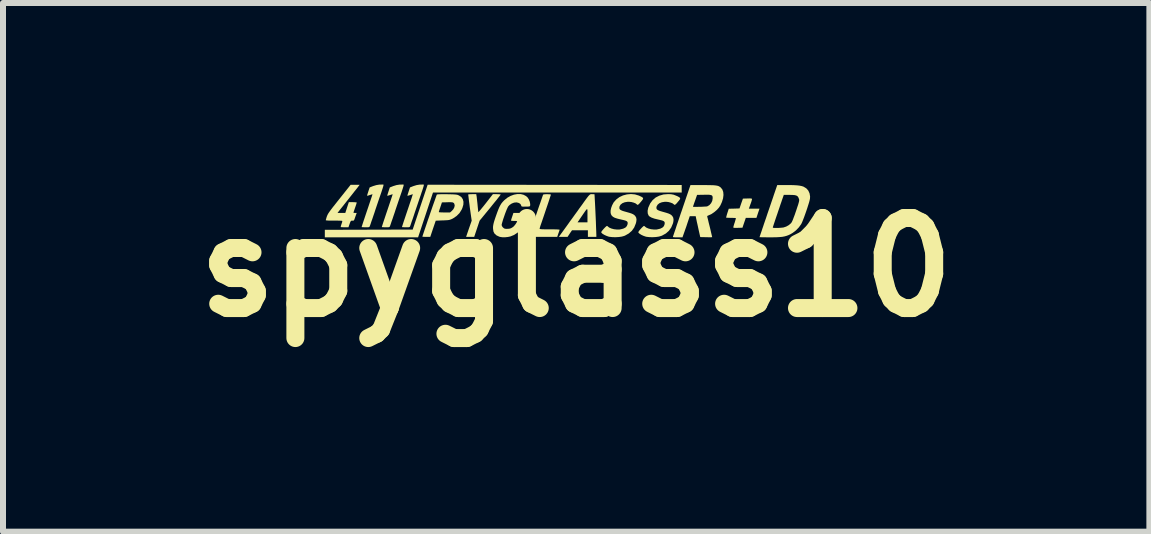
<source format=kicad_pcb>
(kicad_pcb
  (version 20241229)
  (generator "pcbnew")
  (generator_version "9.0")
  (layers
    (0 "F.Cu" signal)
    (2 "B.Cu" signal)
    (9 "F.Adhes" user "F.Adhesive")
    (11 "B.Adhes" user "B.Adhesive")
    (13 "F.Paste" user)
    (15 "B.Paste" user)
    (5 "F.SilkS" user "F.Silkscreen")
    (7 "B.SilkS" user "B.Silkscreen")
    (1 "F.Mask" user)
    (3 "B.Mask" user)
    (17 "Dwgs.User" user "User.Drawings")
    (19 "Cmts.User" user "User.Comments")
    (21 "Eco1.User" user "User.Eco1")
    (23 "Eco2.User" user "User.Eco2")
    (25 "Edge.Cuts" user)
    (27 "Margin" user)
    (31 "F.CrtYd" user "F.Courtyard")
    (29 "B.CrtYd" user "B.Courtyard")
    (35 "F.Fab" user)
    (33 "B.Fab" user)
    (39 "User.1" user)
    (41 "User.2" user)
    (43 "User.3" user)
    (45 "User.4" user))
  (footprint "spyglass10"
    (layer "F.Cu")
    (at 6.55 1.404)
    (property "Reference" "spyglass10" (at 0 0 0) (layer "F.SilkS") (effects (font (size 1.5 1.5) (thickness 0.3))))
    (attr board_only exclude_from_pos_files exclude_from_bom)
    (fp_poly (pts (xy -0.359 -1.374) (xy 1.758 -1.372) (xy 1.758 -1.309) (xy 1.758 -1.246) (xy -0.314 -1.246) (xy -2.386 -1.246) (xy -2.51 -0.873) (xy -2.634 -0.5) (xy -3.411 -0.5) (xy -4.188 -0.5) (xy -4.188 -0.562) (xy -4.188 -0.625) (xy -3.456 -0.627) (xy -2.724 -0.629) (xy -2.6 -1.003) (xy -2.475 -1.376)) (stroke (width 0) (type solid)) (fill yes) (layer "F.SilkS"))
    (fp_poly (pts (xy -1.661 -1.193) (xy -1.658 -1.177) (xy -1.655 -1.148) (xy -1.651 -1.111) (xy -1.646 -1.068) (xy -1.644 -1.047) (xy -1.64 -1.005) (xy -1.636 -0.968) (xy -1.633 -0.94) (xy -1.631 -0.923) (xy -1.63 -0.919) (xy -1.625 -0.923) (xy -1.612 -0.938) (xy -1.591 -0.962) (xy -1.566 -0.993) (xy -1.535 -1.031) (xy -1.508 -1.065) (xy -1.388 -1.219) (xy -1.323 -1.219) (xy -1.293 -1.218) (xy -1.271 -1.216) (xy -1.259 -1.214) (xy -1.258 -1.212) (xy -1.263 -1.205) (xy -1.276 -1.187) (xy -1.298 -1.16) (xy -1.325 -1.125) (xy -1.359 -1.084) (xy -1.397 -1.037) (xy -1.433 -0.992) (xy -1.609 -0.778) (xy -1.654 -0.643) (xy -1.699 -0.508) (xy -1.767 -0.508) (xy -1.834 -0.508) (xy -1.788 -0.643) (xy -1.741 -0.777) (xy -1.772 -0.994) (xy -1.779 -1.051) (xy -1.786 -1.102) (xy -1.791 -1.146) (xy -1.795 -1.181) (xy -1.798 -1.204) (xy -1.798 -1.215) (xy -1.798 -1.215) (xy -1.789 -1.217) (xy -1.768 -1.218) (xy -1.74 -1.219) (xy -1.73 -1.219) (xy -1.665 -1.219)) (stroke (width 0) (type solid)) (fill yes) (layer "F.SilkS"))
    (fp_poly (pts (xy 2.912 -1.147) (xy 2.925 -1.144) (xy 2.929 -1.14) (xy 2.93 -1.137) (xy 2.927 -1.125) (xy 2.921 -1.102) (xy 2.911 -1.072) (xy 2.903 -1.051) (xy 2.877 -0.977) (xy 2.965 -0.977) (xy 3.054 -0.977) (xy 3.028 -0.9) (xy 3.003 -0.824) (xy 2.914 -0.824) (xy 2.826 -0.824) (xy 2.798 -0.742) (xy 2.77 -0.66) (xy 2.694 -0.658) (xy 2.657 -0.657) (xy 2.634 -0.658) (xy 2.621 -0.661) (xy 2.617 -0.666) (xy 2.617 -0.666) (xy 2.62 -0.678) (xy 2.626 -0.7) (xy 2.635 -0.73) (xy 2.641 -0.746) (xy 2.65 -0.777) (xy 2.657 -0.801) (xy 2.66 -0.817) (xy 2.66 -0.82) (xy 2.65 -0.822) (xy 2.629 -0.823) (xy 2.599 -0.824) (xy 2.578 -0.824) (xy 2.545 -0.825) (xy 2.518 -0.826) (xy 2.502 -0.827) (xy 2.498 -0.829) (xy 2.5 -0.837) (xy 2.505 -0.858) (xy 2.513 -0.886) (xy 2.519 -0.905) (xy 2.542 -0.976) (xy 2.632 -0.978) (xy 2.721 -0.981) (xy 2.749 -1.063) (xy 2.778 -1.145) (xy 2.854 -1.147) (xy 2.889 -1.148)) (stroke (width 0) (type solid)) (fill yes) (layer "F.SilkS"))
    (fp_poly (pts (xy -3.22 -1.379) (xy -3.21 -1.378) (xy -3.21 -1.378) (xy -3.21 -1.37) (xy -3.215 -1.349) (xy -3.224 -1.319) (xy -3.236 -1.282) (xy -3.247 -1.248) (xy -3.262 -1.205) (xy -3.281 -1.15) (xy -3.302 -1.088) (xy -3.324 -1.023) (xy -3.346 -0.958) (xy -3.36 -0.914) (xy -3.379 -0.859) (xy -3.396 -0.808) (xy -3.412 -0.764) (xy -3.424 -0.727) (xy -3.433 -0.701) (xy -3.438 -0.688) (xy -3.438 -0.687) (xy -3.443 -0.677) (xy -3.45 -0.671) (xy -3.463 -0.668) (xy -3.486 -0.668) (xy -3.509 -0.668) (xy -3.539 -0.668) (xy -3.561 -0.669) (xy -3.573 -0.67) (xy -3.574 -0.671) (xy -3.573 -0.678) (xy -3.566 -0.699) (xy -3.556 -0.731) (xy -3.542 -0.774) (xy -3.525 -0.824) (xy -3.506 -0.881) (xy -3.485 -0.943) (xy -3.484 -0.946) (xy -3.463 -1.008) (xy -3.444 -1.065) (xy -3.427 -1.115) (xy -3.413 -1.157) (xy -3.402 -1.19) (xy -3.396 -1.211) (xy -3.394 -1.219) (xy -3.394 -1.219) (xy -3.402 -1.216) (xy -3.42 -1.21) (xy -3.44 -1.204) (xy -3.464 -1.196) (xy -3.48 -1.193) (xy -3.485 -1.194) (xy -3.482 -1.204) (xy -3.476 -1.224) (xy -3.467 -1.252) (xy -3.463 -1.265) (xy -3.441 -1.331) (xy -3.383 -1.354) (xy -3.33 -1.37) (xy -3.281 -1.378) (xy -3.27 -1.378) (xy -3.242 -1.379)) (stroke (width 0) (type solid)) (fill yes) (layer "F.SilkS"))
    (fp_poly (pts (xy -2.884 -1.379) (xy -2.874 -1.378) (xy -2.874 -1.378) (xy -2.874 -1.37) (xy -2.879 -1.349) (xy -2.888 -1.319) (xy -2.9 -1.282) (xy -2.911 -1.248) (xy -2.926 -1.205) (xy -2.945 -1.15) (xy -2.966 -1.088) (xy -2.988 -1.023) (xy -3.01 -0.958) (xy -3.024 -0.914) (xy -3.043 -0.859) (xy -3.06 -0.808) (xy -3.076 -0.764) (xy -3.088 -0.727) (xy -3.097 -0.701) (xy -3.102 -0.688) (xy -3.102 -0.687) (xy -3.107 -0.677) (xy -3.114 -0.671) (xy -3.127 -0.668) (xy -3.15 -0.668) (xy -3.173 -0.668) (xy -3.203 -0.668) (xy -3.225 -0.669) (xy -3.237 -0.67) (xy -3.238 -0.671) (xy -3.237 -0.678) (xy -3.23 -0.699) (xy -3.22 -0.731) (xy -3.206 -0.774) (xy -3.189 -0.824) (xy -3.17 -0.881) (xy -3.149 -0.943) (xy -3.148 -0.946) (xy -3.127 -1.008) (xy -3.108 -1.065) (xy -3.091 -1.115) (xy -3.077 -1.157) (xy -3.066 -1.19) (xy -3.06 -1.211) (xy -3.058 -1.219) (xy -3.058 -1.219) (xy -3.066 -1.216) (xy -3.084 -1.21) (xy -3.104 -1.204) (xy -3.128 -1.196) (xy -3.144 -1.193) (xy -3.149 -1.194) (xy -3.146 -1.204) (xy -3.14 -1.224) (xy -3.131 -1.252) (xy -3.127 -1.265) (xy -3.105 -1.331) (xy -3.047 -1.354) (xy -2.995 -1.37) (xy -2.945 -1.378) (xy -2.934 -1.378) (xy -2.906 -1.379)) (stroke (width 0) (type solid)) (fill yes) (layer "F.SilkS"))
    (fp_poly (pts (xy -2.548 -1.379) (xy -2.538 -1.378) (xy -2.538 -1.378) (xy -2.538 -1.37) (xy -2.543 -1.349) (xy -2.552 -1.319) (xy -2.564 -1.282) (xy -2.576 -1.248) (xy -2.59 -1.205) (xy -2.609 -1.15) (xy -2.63 -1.088) (xy -2.652 -1.023) (xy -2.674 -0.958) (xy -2.689 -0.914) (xy -2.707 -0.859) (xy -2.724 -0.808) (xy -2.74 -0.764) (xy -2.752 -0.727) (xy -2.761 -0.701) (xy -2.766 -0.688) (xy -2.766 -0.687) (xy -2.771 -0.677) (xy -2.778 -0.671) (xy -2.791 -0.668) (xy -2.814 -0.668) (xy -2.837 -0.668) (xy -2.867 -0.668) (xy -2.889 -0.669) (xy -2.901 -0.67) (xy -2.902 -0.671) (xy -2.901 -0.678) (xy -2.894 -0.699) (xy -2.884 -0.731) (xy -2.87 -0.774) (xy -2.853 -0.824) (xy -2.834 -0.881) (xy -2.813 -0.943) (xy -2.812 -0.946) (xy -2.791 -1.008) (xy -2.772 -1.065) (xy -2.755 -1.115) (xy -2.741 -1.157) (xy -2.731 -1.19) (xy -2.724 -1.211) (xy -2.722 -1.219) (xy -2.722 -1.219) (xy -2.73 -1.216) (xy -2.748 -1.21) (xy -2.768 -1.204) (xy -2.792 -1.196) (xy -2.808 -1.193) (xy -2.813 -1.194) (xy -2.81 -1.204) (xy -2.804 -1.224) (xy -2.795 -1.252) (xy -2.791 -1.265) (xy -2.769 -1.331) (xy -2.711 -1.354) (xy -2.659 -1.37) (xy -2.609 -1.378) (xy -2.598 -1.378) (xy -2.57 -1.379)) (stroke (width 0) (type solid)) (fill yes) (layer "F.SilkS"))
    (fp_poly (pts (xy 0.26 -1.219) (xy 0.266 -1.219) (xy 0.288 -1.218) (xy 0.302 -1.218) (xy 0.305 -1.217) (xy 0.306 -1.2) (xy 0.308 -1.17) (xy 0.31 -1.128) (xy 0.313 -1.077) (xy 0.316 -1.019) (xy 0.319 -0.956) (xy 0.322 -0.891) (xy 0.325 -0.825) (xy 0.328 -0.761) (xy 0.33 -0.7) (xy 0.332 -0.645) (xy 0.334 -0.599) (xy 0.335 -0.562) (xy 0.336 -0.538) (xy 0.336 -0.535) (xy 0.336 -0.508) (xy 0.266 -0.508) (xy 0.195 -0.508) (xy 0.195 -0.563) (xy 0.195 -0.617) (xy 0.063 -0.617) (xy -0.07 -0.617) (xy -0.107 -0.563) (xy -0.143 -0.508) (xy -0.216 -0.508) (xy -0.289 -0.508) (xy -0.186 -0.65) (xy -0.152 -0.697) (xy -0.114 -0.75) (xy 0.023 -0.75) (xy 0.105 -0.75) (xy 0.188 -0.75) (xy 0.188 -0.868) (xy 0.188 -0.91) (xy 0.188 -0.941) (xy 0.186 -0.961) (xy 0.182 -0.97) (xy 0.175 -0.967) (xy 0.162 -0.952) (xy 0.143 -0.926) (xy 0.117 -0.888) (xy 0.091 -0.85) (xy 0.023 -0.75) (xy -0.114 -0.75) (xy -0.112 -0.754) (xy -0.067 -0.815) (xy -0.022 -0.878) (xy 0.022 -0.938) (xy 0.049 -0.977) (xy 0.094 -1.038) (xy 0.13 -1.089) (xy 0.159 -1.129) (xy 0.182 -1.16) (xy 0.2 -1.183) (xy 0.214 -1.199) (xy 0.225 -1.209) (xy 0.234 -1.216) (xy 0.242 -1.218) (xy 0.25 -1.219)) (stroke (width 0) (type solid)) (fill yes) (layer "F.SilkS"))
    (fp_poly (pts (xy -0.469 -1.218) (xy -0.444 -1.217) (xy -0.427 -1.215) (xy -0.422 -1.211) (xy -0.424 -1.202) (xy -0.431 -1.181) (xy -0.442 -1.148) (xy -0.455 -1.107) (xy -0.471 -1.059) (xy -0.489 -1.006) (xy -0.508 -0.95) (xy -0.527 -0.893) (xy -0.546 -0.837) (xy -0.564 -0.784) (xy -0.58 -0.737) (xy -0.585 -0.723) (xy -0.596 -0.692) (xy -0.604 -0.665) (xy -0.609 -0.648) (xy -0.609 -0.643) (xy -0.607 -0.64) (xy -0.597 -0.637) (xy -0.579 -0.635) (xy -0.551 -0.634) (xy -0.512 -0.633) (xy -0.459 -0.633) (xy -0.441 -0.633) (xy -0.383 -0.633) (xy -0.34 -0.632) (xy -0.309 -0.631) (xy -0.289 -0.629) (xy -0.278 -0.627) (xy -0.276 -0.623) (xy -0.276 -0.623) (xy -0.281 -0.611) (xy -0.288 -0.589) (xy -0.298 -0.562) (xy -0.298 -0.561) (xy -0.316 -0.508) (xy -0.552 -0.508) (xy -0.611 -0.508) (xy -0.665 -0.508) (xy -0.711 -0.509) (xy -0.749 -0.51) (xy -0.775 -0.511) (xy -0.788 -0.512) (xy -0.789 -0.512) (xy -0.787 -0.52) (xy -0.78 -0.542) (xy -0.769 -0.574) (xy -0.755 -0.616) (xy -0.738 -0.666) (xy -0.719 -0.721) (xy -0.699 -0.781) (xy -0.678 -0.843) (xy -0.657 -0.905) (xy -0.636 -0.967) (xy -0.616 -1.025) (xy -0.597 -1.078) (xy -0.581 -1.125) (xy -0.568 -1.163) (xy -0.558 -1.192) (xy -0.552 -1.208) (xy -0.551 -1.211) (xy -0.541 -1.215) (xy -0.522 -1.217) (xy -0.496 -1.219)) (stroke (width 0) (type solid)) (fill yes) (layer "F.SilkS"))
    (fp_poly (pts (xy -3.63 -1.346) (xy -3.642 -1.33) (xy -3.663 -1.303) (xy -3.694 -1.265) (xy -3.732 -1.216) (xy -3.778 -1.158) (xy -3.831 -1.091) (xy -3.891 -1.015) (xy -3.936 -0.959) (xy -3.977 -0.906) (xy -3.912 -0.906) (xy -3.847 -0.906) (xy -3.818 -0.996) (xy -3.788 -1.086) (xy -3.722 -1.086) (xy -3.692 -1.085) (xy -3.67 -1.083) (xy -3.658 -1.081) (xy -3.656 -1.079) (xy -3.659 -1.07) (xy -3.665 -1.049) (xy -3.675 -1.019) (xy -3.684 -0.993) (xy -3.695 -0.961) (xy -3.704 -0.934) (xy -3.71 -0.916) (xy -3.711 -0.91) (xy -3.704 -0.908) (xy -3.687 -0.906) (xy -3.684 -0.906) (xy -3.657 -0.906) (xy -3.676 -0.854) (xy -3.688 -0.819) (xy -3.696 -0.796) (xy -3.703 -0.784) (xy -3.71 -0.778) (xy -3.718 -0.777) (xy -3.727 -0.777) (xy -3.741 -0.778) (xy -3.751 -0.774) (xy -3.76 -0.763) (xy -3.768 -0.743) (xy -3.778 -0.715) (xy -3.794 -0.668) (xy -3.854 -0.668) (xy -3.883 -0.668) (xy -3.907 -0.669) (xy -3.92 -0.67) (xy -3.921 -0.67) (xy -3.923 -0.679) (xy -3.918 -0.698) (xy -3.91 -0.722) (xy -3.9 -0.751) (xy -3.897 -0.768) (xy -3.901 -0.775) (xy -3.901 -0.775) (xy -3.912 -0.776) (xy -3.935 -0.777) (xy -3.969 -0.778) (xy -4.009 -0.778) (xy -4.041 -0.778) (xy -4.089 -0.778) (xy -4.127 -0.779) (xy -4.155 -0.781) (xy -4.17 -0.783) (xy -4.172 -0.785) (xy -4.17 -0.795) (xy -4.164 -0.816) (xy -4.156 -0.843) (xy -4.155 -0.845) (xy -4.15 -0.859) (xy -4.143 -0.874) (xy -4.135 -0.89) (xy -4.122 -0.91) (xy -4.106 -0.933) (xy -4.084 -0.963) (xy -4.056 -1) (xy -4.02 -1.045) (xy -3.976 -1.101) (xy -3.948 -1.136) (xy -3.758 -1.375) (xy -3.683 -1.375) (xy -3.608 -1.375)) (stroke (width 0) (type solid)) (fill yes) (layer "F.SilkS"))
    (fp_poly (pts (xy -2.165 -1.218) (xy -2.151 -1.218) (xy -2.096 -1.217) (xy -2.055 -1.216) (xy -2.024 -1.214) (xy -2.001 -1.212) (xy -1.984 -1.209) (xy -1.97 -1.205) (xy -1.957 -1.199) (xy -1.949 -1.195) (xy -1.912 -1.169) (xy -1.889 -1.134) (xy -1.878 -1.092) (xy -1.88 -1.044) (xy -1.896 -0.989) (xy -1.908 -0.962) (xy -1.944 -0.904) (xy -1.993 -0.855) (xy -2.052 -0.815) (xy -2.06 -0.811) (xy -2.081 -0.801) (xy -2.1 -0.794) (xy -2.118 -0.789) (xy -2.141 -0.786) (xy -2.172 -0.784) (xy -2.213 -0.782) (xy -2.226 -0.782) (xy -2.34 -0.777) (xy -2.386 -0.643) (xy -2.431 -0.508) (xy -2.497 -0.508) (xy -2.527 -0.508) (xy -2.55 -0.509) (xy -2.562 -0.511) (xy -2.563 -0.512) (xy -2.56 -0.521) (xy -2.553 -0.543) (xy -2.542 -0.576) (xy -2.528 -0.618) (xy -2.511 -0.668) (xy -2.492 -0.724) (xy -2.472 -0.784) (xy -2.45 -0.846) (xy -2.429 -0.909) (xy -2.425 -0.92) (xy -2.289 -0.92) (xy -2.282 -0.918) (xy -2.262 -0.916) (xy -2.232 -0.915) (xy -2.196 -0.914) (xy -2.196 -0.914) (xy -2.102 -0.914) (xy -2.073 -0.939) (xy -2.046 -0.969) (xy -2.03 -1.001) (xy -2.024 -1.032) (xy -2.031 -1.059) (xy -2.039 -1.071) (xy -2.048 -1.077) (xy -2.058 -1.082) (xy -2.074 -1.084) (xy -2.098 -1.085) (xy -2.133 -1.085) (xy -2.146 -1.084) (xy -2.237 -1.082) (xy -2.263 -1.004) (xy -2.274 -0.972) (xy -2.283 -0.944) (xy -2.288 -0.926) (xy -2.289 -0.92) (xy -2.425 -0.92) (xy -2.408 -0.97) (xy -2.388 -1.028) (xy -2.369 -1.081) (xy -2.352 -1.128) (xy -2.339 -1.166) (xy -2.329 -1.194) (xy -2.323 -1.21) (xy -2.321 -1.213) (xy -2.312 -1.215) (xy -2.289 -1.217) (xy -2.255 -1.218) (xy -2.213 -1.218)) (stroke (width 0) (type solid)) (fill yes) (layer "F.SilkS"))
    (fp_poly (pts (xy 1.581 -1.218) (xy 1.624 -1.21) (xy 1.667 -1.193) (xy 1.684 -1.186) (xy 1.712 -1.171) (xy 1.728 -1.159) (xy 1.733 -1.147) (xy 1.726 -1.13) (xy 1.708 -1.107) (xy 1.697 -1.094) (xy 1.673 -1.065) (xy 1.655 -1.048) (xy 1.643 -1.041) (xy 1.634 -1.043) (xy 1.625 -1.051) (xy 1.605 -1.066) (xy 1.574 -1.078) (xy 1.537 -1.088) (xy 1.499 -1.092) (xy 1.477 -1.092) (xy 1.427 -1.084) (xy 1.386 -1.068) (xy 1.357 -1.044) (xy 1.34 -1.015) (xy 1.336 -0.992) (xy 1.339 -0.976) (xy 1.348 -0.962) (xy 1.366 -0.951) (xy 1.395 -0.939) (xy 1.436 -0.927) (xy 1.45 -0.923) (xy 1.5 -0.909) (xy 1.537 -0.897) (xy 1.564 -0.885) (xy 1.584 -0.872) (xy 1.599 -0.857) (xy 1.601 -0.855) (xy 1.617 -0.827) (xy 1.622 -0.794) (xy 1.618 -0.755) (xy 1.611 -0.729) (xy 1.583 -0.663) (xy 1.544 -0.608) (xy 1.494 -0.564) (xy 1.431 -0.529) (xy 1.416 -0.523) (xy 1.377 -0.512) (xy 1.328 -0.505) (xy 1.274 -0.502) (xy 1.222 -0.503) (xy 1.176 -0.508) (xy 1.157 -0.512) (xy 1.12 -0.525) (xy 1.086 -0.541) (xy 1.057 -0.559) (xy 1.04 -0.574) (xy 1.035 -0.583) (xy 1.039 -0.595) (xy 1.052 -0.613) (xy 1.053 -0.615) (xy 1.075 -0.64) (xy 1.098 -0.665) (xy 1.104 -0.67) (xy 1.12 -0.685) (xy 1.13 -0.69) (xy 1.138 -0.687) (xy 1.141 -0.683) (xy 1.166 -0.663) (xy 1.202 -0.647) (xy 1.246 -0.635) (xy 1.293 -0.63) (xy 1.338 -0.63) (xy 1.35 -0.632) (xy 1.401 -0.644) (xy 1.437 -0.662) (xy 1.461 -0.686) (xy 1.473 -0.718) (xy 1.474 -0.725) (xy 1.475 -0.744) (xy 1.47 -0.758) (xy 1.457 -0.77) (xy 1.434 -0.78) (xy 1.399 -0.789) (xy 1.363 -0.797) (xy 1.301 -0.812) (xy 1.254 -0.829) (xy 1.221 -0.848) (xy 1.206 -0.864) (xy 1.192 -0.899) (xy 1.19 -0.942) (xy 1.2 -0.991) (xy 1.203 -0.999) (xy 1.233 -1.065) (xy 1.273 -1.119) (xy 1.324 -1.163) (xy 1.385 -1.194) (xy 1.454 -1.214) (xy 1.531 -1.22)) (stroke (width 0) (type solid)) (fill yes) (layer "F.SilkS"))
    (fp_poly (pts (xy 0.979 -1.215) (xy 1.043 -1.196) (xy 1.052 -1.192) (xy 1.086 -1.176) (xy 1.107 -1.163) (xy 1.115 -1.151) (xy 1.112 -1.136) (xy 1.097 -1.115) (xy 1.08 -1.094) (xy 1.055 -1.065) (xy 1.038 -1.048) (xy 1.026 -1.041) (xy 1.016 -1.043) (xy 1.008 -1.051) (xy 0.988 -1.066) (xy 0.957 -1.078) (xy 0.92 -1.088) (xy 0.881 -1.092) (xy 0.859 -1.092) (xy 0.809 -1.084) (xy 0.769 -1.068) (xy 0.739 -1.044) (xy 0.722 -1.015) (xy 0.719 -0.992) (xy 0.721 -0.976) (xy 0.731 -0.962) (xy 0.749 -0.951) (xy 0.777 -0.939) (xy 0.819 -0.927) (xy 0.833 -0.923) (xy 0.883 -0.909) (xy 0.92 -0.897) (xy 0.947 -0.885) (xy 0.967 -0.872) (xy 0.982 -0.857) (xy 0.984 -0.855) (xy 1 -0.827) (xy 1.005 -0.794) (xy 1 -0.755) (xy 0.993 -0.729) (xy 0.966 -0.663) (xy 0.927 -0.608) (xy 0.876 -0.564) (xy 0.814 -0.529) (xy 0.799 -0.523) (xy 0.76 -0.512) (xy 0.711 -0.505) (xy 0.657 -0.502) (xy 0.605 -0.503) (xy 0.559 -0.508) (xy 0.539 -0.512) (xy 0.503 -0.525) (xy 0.468 -0.541) (xy 0.439 -0.559) (xy 0.422 -0.574) (xy 0.418 -0.583) (xy 0.421 -0.595) (xy 0.434 -0.613) (xy 0.436 -0.615) (xy 0.457 -0.64) (xy 0.481 -0.665) (xy 0.486 -0.67) (xy 0.503 -0.685) (xy 0.513 -0.69) (xy 0.521 -0.687) (xy 0.524 -0.683) (xy 0.549 -0.663) (xy 0.585 -0.647) (xy 0.629 -0.635) (xy 0.675 -0.63) (xy 0.721 -0.63) (xy 0.733 -0.632) (xy 0.783 -0.644) (xy 0.82 -0.662) (xy 0.843 -0.686) (xy 0.856 -0.718) (xy 0.857 -0.725) (xy 0.858 -0.744) (xy 0.853 -0.758) (xy 0.84 -0.77) (xy 0.817 -0.78) (xy 0.782 -0.789) (xy 0.746 -0.797) (xy 0.688 -0.811) (xy 0.644 -0.825) (xy 0.613 -0.842) (xy 0.591 -0.863) (xy 0.578 -0.888) (xy 0.573 -0.916) (xy 0.574 -0.95) (xy 0.583 -0.991) (xy 0.599 -1.034) (xy 0.62 -1.074) (xy 0.626 -1.084) (xy 0.668 -1.131) (xy 0.72 -1.17) (xy 0.78 -1.198) (xy 0.845 -1.215) (xy 0.912 -1.221)) (stroke (width 0) (type solid)) (fill yes) (layer "F.SilkS"))
    (fp_poly (pts (xy 2.114 -1.371) (xy 2.184 -1.37) (xy 2.24 -1.369) (xy 2.284 -1.368) (xy 2.318 -1.365) (xy 2.344 -1.361) (xy 2.365 -1.356) (xy 2.381 -1.349) (xy 2.396 -1.339) (xy 2.408 -1.33) (xy 2.435 -1.297) (xy 2.45 -1.255) (xy 2.454 -1.206) (xy 2.447 -1.149) (xy 2.428 -1.088) (xy 2.402 -1.031) (xy 2.377 -0.993) (xy 2.341 -0.954) (xy 2.298 -0.918) (xy 2.254 -0.888) (xy 2.212 -0.869) (xy 2.209 -0.867) (xy 2.189 -0.859) (xy 2.183 -0.85) (xy 2.183 -0.845) (xy 2.186 -0.834) (xy 2.192 -0.811) (xy 2.2 -0.778) (xy 2.209 -0.739) (xy 2.22 -0.696) (xy 2.231 -0.652) (xy 2.241 -0.609) (xy 2.25 -0.57) (xy 2.258 -0.537) (xy 2.263 -0.514) (xy 2.266 -0.503) (xy 2.266 -0.503) (xy 2.258 -0.502) (xy 2.238 -0.501) (xy 2.209 -0.501) (xy 2.172 -0.502) (xy 2.166 -0.502) (xy 2.067 -0.504) (xy 2.038 -0.633) (xy 2.028 -0.68) (xy 2.018 -0.725) (xy 2.009 -0.764) (xy 2.003 -0.795) (xy 2 -0.807) (xy 1.991 -0.852) (xy 1.942 -0.852) (xy 1.892 -0.852) (xy 1.865 -0.772) (xy 1.851 -0.73) (xy 1.835 -0.681) (xy 1.817 -0.631) (xy 1.805 -0.596) (xy 1.771 -0.5) (xy 1.69 -0.5) (xy 1.654 -0.5) (xy 1.63 -0.501) (xy 1.617 -0.503) (xy 1.612 -0.507) (xy 1.613 -0.513) (xy 1.614 -0.518) (xy 1.618 -0.528) (xy 1.626 -0.552) (xy 1.638 -0.588) (xy 1.654 -0.634) (xy 1.672 -0.69) (xy 1.694 -0.754) (xy 1.718 -0.824) (xy 1.743 -0.899) (xy 1.762 -0.953) (xy 1.781 -1.01) (xy 1.946 -1.01) (xy 1.953 -1.008) (xy 1.972 -1.007) (xy 2 -1.007) (xy 2.035 -1.008) (xy 2.072 -1.008) (xy 2.108 -1.01) (xy 2.141 -1.012) (xy 2.167 -1.013) (xy 2.183 -1.016) (xy 2.185 -1.016) (xy 2.22 -1.037) (xy 2.248 -1.069) (xy 2.267 -1.108) (xy 2.274 -1.151) (xy 2.274 -1.151) (xy 2.273 -1.172) (xy 2.269 -1.188) (xy 2.259 -1.199) (xy 2.242 -1.205) (xy 2.216 -1.209) (xy 2.178 -1.21) (xy 2.129 -1.209) (xy 2.014 -1.207) (xy 1.98 -1.109) (xy 1.967 -1.073) (xy 1.957 -1.043) (xy 1.949 -1.021) (xy 1.946 -1.01) (xy 1.946 -1.01) (xy 1.781 -1.01) (xy 1.904 -1.371)) (stroke (width 0) (type solid)) (fill yes) (layer "F.SilkS"))
    (fp_poly (pts (xy -0.926 -1.221) (xy -0.877 -1.209) (xy -0.834 -1.186) (xy -0.809 -1.163) (xy -0.788 -1.13) (xy -0.773 -1.092) (xy -0.766 -1.053) (xy -0.767 -1.032) (xy -0.769 -1.022) (xy -0.774 -1.017) (xy -0.784 -1.014) (xy -0.804 -1.012) (xy -0.836 -1.012) (xy -0.841 -1.012) (xy -0.875 -1.011) (xy -0.896 -1.012) (xy -0.908 -1.015) (xy -0.914 -1.02) (xy -0.916 -1.029) (xy -0.917 -1.032) (xy -0.929 -1.055) (xy -0.954 -1.072) (xy -0.988 -1.081) (xy -0.996 -1.082) (xy -1.035 -1.078) (xy -1.074 -1.063) (xy -1.11 -1.039) (xy -1.133 -1.014) (xy -1.142 -0.997) (xy -1.155 -0.969) (xy -1.17 -0.932) (xy -1.186 -0.89) (xy -1.201 -0.846) (xy -1.216 -0.803) (xy -1.228 -0.763) (xy -1.237 -0.731) (xy -1.242 -0.709) (xy -1.242 -0.705) (xy -1.237 -0.688) (xy -1.224 -0.668) (xy -1.219 -0.664) (xy -1.203 -0.65) (xy -1.187 -0.643) (xy -1.163 -0.641) (xy -1.154 -0.641) (xy -1.116 -0.643) (xy -1.087 -0.651) (xy -1.06 -0.667) (xy -1.043 -0.68) (xy -1.026 -0.699) (xy -1.008 -0.722) (xy -0.994 -0.745) (xy -0.985 -0.764) (xy -0.984 -0.769) (xy -0.992 -0.771) (xy -1.01 -0.773) (xy -1.035 -0.773) (xy -1.061 -0.774) (xy -1.079 -0.776) (xy -1.086 -0.779) (xy -1.084 -0.789) (xy -1.078 -0.81) (xy -1.069 -0.837) (xy -1.066 -0.846) (xy -1.046 -0.906) (xy -0.925 -0.906) (xy -0.884 -0.906) (xy -0.849 -0.905) (xy -0.822 -0.903) (xy -0.807 -0.901) (xy -0.805 -0.9) (xy -0.808 -0.887) (xy -0.815 -0.862) (xy -0.826 -0.831) (xy -0.838 -0.795) (xy -0.852 -0.76) (xy -0.865 -0.728) (xy -0.876 -0.703) (xy -0.88 -0.694) (xy -0.923 -0.632) (xy -0.975 -0.579) (xy -1.036 -0.539) (xy -1.095 -0.515) (xy -1.136 -0.506) (xy -1.183 -0.501) (xy -1.229 -0.501) (xy -1.269 -0.507) (xy -1.282 -0.511) (xy -1.327 -0.532) (xy -1.359 -0.56) (xy -1.378 -0.595) (xy -1.385 -0.641) (xy -1.386 -0.66) (xy -1.385 -0.684) (xy -1.381 -0.709) (xy -1.375 -0.737) (xy -1.365 -0.772) (xy -1.35 -0.818) (xy -1.341 -0.844) (xy -1.318 -0.909) (xy -1.298 -0.962) (xy -1.28 -1.004) (xy -1.262 -1.038) (xy -1.244 -1.067) (xy -1.223 -1.092) (xy -1.2 -1.116) (xy -1.199 -1.117) (xy -1.148 -1.159) (xy -1.093 -1.19) (xy -1.036 -1.211) (xy -0.98 -1.221)) (stroke (width 0) (type solid)) (fill yes) (layer "F.SilkS"))
    (fp_poly (pts (xy 3.563 -1.371) (xy 3.628 -1.369) (xy 3.68 -1.366) (xy 3.722 -1.361) (xy 3.756 -1.354) (xy 3.783 -1.346) (xy 3.789 -1.343) (xy 3.834 -1.316) (xy 3.867 -1.279) (xy 3.888 -1.233) (xy 3.897 -1.181) (xy 3.895 -1.144) (xy 3.89 -1.12) (xy 3.881 -1.085) (xy 3.867 -1.04) (xy 3.851 -0.99) (xy 3.833 -0.936) (xy 3.814 -0.882) (xy 3.796 -0.832) (xy 3.778 -0.786) (xy 3.763 -0.749) (xy 3.751 -0.724) (xy 3.749 -0.72) (xy 3.71 -0.666) (xy 3.661 -0.615) (xy 3.607 -0.574) (xy 3.57 -0.552) (xy 3.536 -0.536) (xy 3.503 -0.524) (xy 3.47 -0.515) (xy 3.432 -0.508) (xy 3.387 -0.504) (xy 3.334 -0.501) (xy 3.269 -0.5) (xy 3.229 -0.5) (xy 3.178 -0.5) (xy 3.134 -0.501) (xy 3.097 -0.501) (xy 3.071 -0.502) (xy 3.057 -0.502) (xy 3.055 -0.503) (xy 3.057 -0.51) (xy 3.064 -0.531) (xy 3.075 -0.564) (xy 3.09 -0.607) (xy 3.107 -0.659) (xy 3.11 -0.666) (xy 3.276 -0.666) (xy 3.278 -0.66) (xy 3.288 -0.658) (xy 3.307 -0.656) (xy 3.338 -0.656) (xy 3.342 -0.656) (xy 3.38 -0.657) (xy 3.418 -0.66) (xy 3.448 -0.663) (xy 3.454 -0.664) (xy 3.499 -0.679) (xy 3.542 -0.703) (xy 3.578 -0.734) (xy 3.589 -0.749) (xy 3.597 -0.764) (xy 3.61 -0.793) (xy 3.624 -0.831) (xy 3.641 -0.875) (xy 3.658 -0.925) (xy 3.665 -0.945) (xy 3.683 -1) (xy 3.697 -1.041) (xy 3.706 -1.072) (xy 3.712 -1.095) (xy 3.715 -1.111) (xy 3.715 -1.123) (xy 3.714 -1.133) (xy 3.71 -1.144) (xy 3.71 -1.144) (xy 3.7 -1.168) (xy 3.687 -1.185) (xy 3.668 -1.196) (xy 3.642 -1.203) (xy 3.605 -1.206) (xy 3.557 -1.207) (xy 3.459 -1.207) (xy 3.437 -1.144) (xy 3.429 -1.122) (xy 3.418 -1.088) (xy 3.403 -1.046) (xy 3.387 -0.997) (xy 3.369 -0.945) (xy 3.351 -0.891) (xy 3.333 -0.839) (xy 3.316 -0.789) (xy 3.302 -0.746) (xy 3.29 -0.71) (xy 3.282 -0.685) (xy 3.278 -0.674) (xy 3.276 -0.666) (xy 3.11 -0.666) (xy 3.127 -0.718) (xy 3.149 -0.782) (xy 3.164 -0.825) (xy 3.188 -0.898) (xy 3.213 -0.97) (xy 3.237 -1.04) (xy 3.259 -1.105) (xy 3.279 -1.163) (xy 3.295 -1.212) (xy 3.308 -1.249) (xy 3.311 -1.258) (xy 3.35 -1.371) (xy 3.485 -1.371)) (stroke (width 0) (type solid)) (fill yes) (layer "F.SilkS")))
  (gr_rect
    (start -3 -3)
    (end 16.1 5.808)
    (stroke (width 0.1) (type default))
    (fill no)
    (layer "Edge.Cuts")))
</source>
